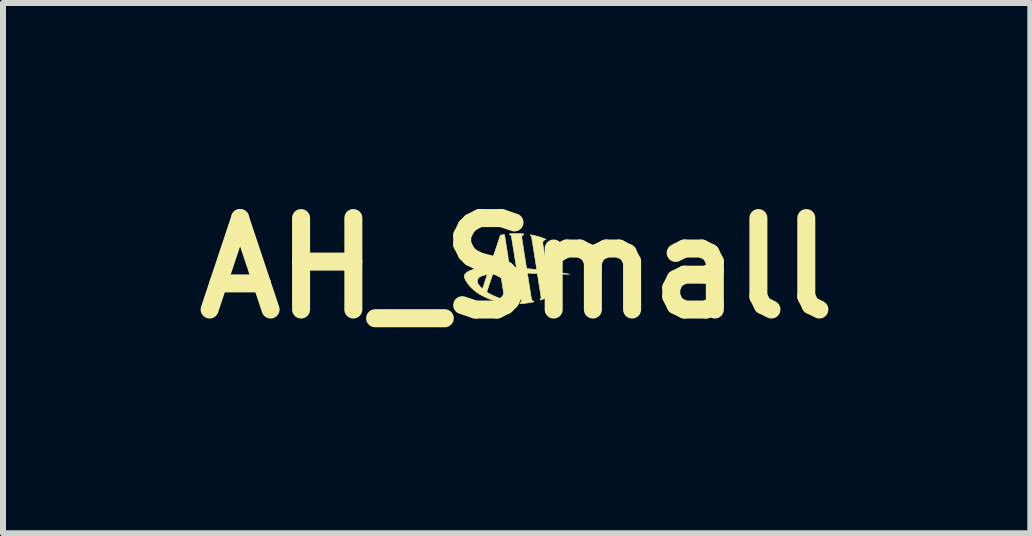
<source format=kicad_pcb>
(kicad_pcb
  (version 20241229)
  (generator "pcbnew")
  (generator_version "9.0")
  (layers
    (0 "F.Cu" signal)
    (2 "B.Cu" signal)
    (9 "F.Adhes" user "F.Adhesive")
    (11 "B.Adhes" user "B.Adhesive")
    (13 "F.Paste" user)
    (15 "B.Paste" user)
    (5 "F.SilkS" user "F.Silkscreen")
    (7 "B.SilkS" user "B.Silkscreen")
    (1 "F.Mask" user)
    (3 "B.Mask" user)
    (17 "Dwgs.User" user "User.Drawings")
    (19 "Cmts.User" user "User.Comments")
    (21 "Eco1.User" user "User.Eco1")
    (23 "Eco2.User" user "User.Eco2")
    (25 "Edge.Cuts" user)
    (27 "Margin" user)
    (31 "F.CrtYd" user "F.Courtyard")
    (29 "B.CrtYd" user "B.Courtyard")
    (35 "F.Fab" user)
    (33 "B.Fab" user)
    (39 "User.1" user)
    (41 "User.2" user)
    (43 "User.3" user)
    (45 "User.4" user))
  (footprint "AH_Small"
    (layer "F.Cu")
    (at 5.559 1.418)
    (property "Reference" "AH_Small" (at 0 0 0) (layer "F.SilkS") (effects (font (size 1.524 1.524) (thickness 0.3))))
    (attr through_hole)
    (fp_poly (pts (xy 0.013 -0.576) (xy 0.026 -0.576) (xy 0.038 -0.575) (xy 0.049 -0.575) (xy 0.058 -0.575) (xy 0.071 -0.574) (xy 0.082 -0.573) (xy 0.091 -0.573) (xy 0.098 -0.572) (xy 0.104 -0.572) (xy 0.109 -0.572) (xy 0.112 -0.571) (xy 0.115 -0.571) (xy 0.117 -0.571) (xy 0.118 -0.57) (xy 0.119 -0.57) (xy 0.119 -0.57) (xy 0.121 -0.568) (xy 0.12 -0.566) (xy 0.118 -0.563) (xy 0.117 -0.563) (xy 0.114 -0.561) (xy 0.111 -0.559) (xy 0.107 -0.556) (xy 0.105 -0.555) (xy 0.097 -0.548) (xy 0.092 -0.541) (xy 0.088 -0.532) (xy 0.086 -0.523) (xy 0.085 -0.514) (xy 0.085 -0.512) (xy 0.085 -0.509) (xy 0.086 -0.506) (xy 0.086 -0.501) (xy 0.087 -0.495) (xy 0.088 -0.488) (xy 0.089 -0.48) (xy 0.091 -0.47) (xy 0.093 -0.459) (xy 0.094 -0.446) (xy 0.097 -0.432) (xy 0.099 -0.417) (xy 0.102 -0.4) (xy 0.105 -0.381) (xy 0.108 -0.36) (xy 0.111 -0.338) (xy 0.115 -0.314) (xy 0.119 -0.288) (xy 0.123 -0.26) (xy 0.125 -0.249) (xy 0.129 -0.226) (xy 0.132 -0.204) (xy 0.136 -0.183) (xy 0.139 -0.162) (xy 0.142 -0.142) (xy 0.145 -0.123) (xy 0.148 -0.105) (xy 0.151 -0.088) (xy 0.153 -0.072) (xy 0.155 -0.057) (xy 0.158 -0.044) (xy 0.159 -0.032) (xy 0.161 -0.021) (xy 0.163 -0.012) (xy 0.164 -0.004) (xy 0.165 0.001) (xy 0.165 0.005) (xy 0.166 0.007) (xy 0.166 0.008) (xy 0.167 0.008) (xy 0.17 0.008) (xy 0.174 0.009) (xy 0.179 0.009) (xy 0.185 0.01) (xy 0.185 0.01) (xy 0.19 0.01) (xy 0.196 0.011) (xy 0.204 0.011) (xy 0.213 0.012) (xy 0.223 0.013) (xy 0.234 0.014) (xy 0.246 0.015) (xy 0.258 0.017) (xy 0.27 0.018) (xy 0.27 0.018) (xy 0.281 0.019) (xy 0.292 0.02) (xy 0.302 0.021) (xy 0.31 0.022) (xy 0.318 0.023) (xy 0.325 0.023) (xy 0.33 0.024) (xy 0.333 0.024) (xy 0.335 0.024) (xy 0.335 0.024) (xy 0.335 0.023) (xy 0.334 0.02) (xy 0.334 0.015) (xy 0.333 0.009) (xy 0.331 0.001) (xy 0.33 -0.009) (xy 0.328 -0.02) (xy 0.326 -0.032) (xy 0.324 -0.045) (xy 0.322 -0.06) (xy 0.319 -0.076) (xy 0.317 -0.092) (xy 0.314 -0.11) (xy 0.311 -0.128) (xy 0.308 -0.146) (xy 0.305 -0.165) (xy 0.302 -0.185) (xy 0.299 -0.205) (xy 0.296 -0.225) (xy 0.293 -0.245) (xy 0.289 -0.265) (xy 0.286 -0.286) (xy 0.283 -0.305) (xy 0.28 -0.325) (xy 0.277 -0.344) (xy 0.274 -0.363) (xy 0.271 -0.381) (xy 0.268 -0.399) (xy 0.265 -0.416) (xy 0.263 -0.432) (xy 0.26 -0.446) (xy 0.258 -0.46) (xy 0.256 -0.473) (xy 0.254 -0.484) (xy 0.253 -0.494) (xy 0.251 -0.503) (xy 0.25 -0.509) (xy 0.249 -0.515) (xy 0.249 -0.518) (xy 0.248 -0.52) (xy 0.248 -0.52) (xy 0.245 -0.529) (xy 0.24 -0.537) (xy 0.234 -0.544) (xy 0.234 -0.544) (xy 0.231 -0.548) (xy 0.229 -0.55) (xy 0.228 -0.552) (xy 0.228 -0.553) (xy 0.228 -0.553) (xy 0.229 -0.555) (xy 0.23 -0.556) (xy 0.232 -0.556) (xy 0.235 -0.555) (xy 0.24 -0.554) (xy 0.246 -0.553) (xy 0.252 -0.552) (xy 0.259 -0.55) (xy 0.266 -0.549) (xy 0.274 -0.547) (xy 0.28 -0.546) (xy 0.287 -0.545) (xy 0.292 -0.544) (xy 0.296 -0.543) (xy 0.298 -0.542) (xy 0.298 -0.542) (xy 0.301 -0.541) (xy 0.306 -0.54) (xy 0.311 -0.539) (xy 0.316 -0.538) (xy 0.321 -0.537) (xy 0.326 -0.535) (xy 0.331 -0.534) (xy 0.334 -0.533) (xy 0.338 -0.532) (xy 0.343 -0.531) (xy 0.348 -0.529) (xy 0.348 -0.529) (xy 0.352 -0.528) (xy 0.357 -0.527) (xy 0.363 -0.525) (xy 0.369 -0.523) (xy 0.377 -0.521) (xy 0.385 -0.519) (xy 0.393 -0.516) (xy 0.4 -0.514) (xy 0.407 -0.511) (xy 0.414 -0.509) (xy 0.419 -0.507) (xy 0.423 -0.506) (xy 0.425 -0.505) (xy 0.426 -0.505) (xy 0.428 -0.504) (xy 0.432 -0.502) (xy 0.437 -0.501) (xy 0.44 -0.5) (xy 0.445 -0.498) (xy 0.451 -0.496) (xy 0.457 -0.494) (xy 0.459 -0.493) (xy 0.463 -0.491) (xy 0.468 -0.489) (xy 0.472 -0.487) (xy 0.472 -0.487) (xy 0.477 -0.486) (xy 0.481 -0.484) (xy 0.483 -0.483) (xy 0.486 -0.481) (xy 0.487 -0.48) (xy 0.488 -0.478) (xy 0.487 -0.478) (xy 0.487 -0.476) (xy 0.486 -0.475) (xy 0.485 -0.475) (xy 0.482 -0.474) (xy 0.479 -0.473) (xy 0.469 -0.471) (xy 0.459 -0.466) (xy 0.452 -0.46) (xy 0.445 -0.452) (xy 0.441 -0.445) (xy 0.437 -0.437) (xy 0.435 -0.43) (xy 0.434 -0.422) (xy 0.435 -0.415) (xy 0.435 -0.413) (xy 0.435 -0.412) (xy 0.435 -0.408) (xy 0.436 -0.403) (xy 0.437 -0.396) (xy 0.439 -0.387) (xy 0.44 -0.377) (xy 0.442 -0.366) (xy 0.444 -0.353) (xy 0.446 -0.34) (xy 0.448 -0.325) (xy 0.451 -0.31) (xy 0.453 -0.293) (xy 0.456 -0.276) (xy 0.459 -0.259) (xy 0.461 -0.241) (xy 0.464 -0.223) (xy 0.467 -0.204) (xy 0.47 -0.186) (xy 0.473 -0.167) (xy 0.476 -0.148) (xy 0.479 -0.13) (xy 0.481 -0.112) (xy 0.484 -0.095) (xy 0.487 -0.078) (xy 0.489 -0.062) (xy 0.492 -0.046) (xy 0.494 -0.031) (xy 0.496 -0.018) (xy 0.498 -0.005) (xy 0.5 0.006) (xy 0.501 0.016) (xy 0.503 0.024) (xy 0.504 0.031) (xy 0.505 0.037) (xy 0.505 0.04) (xy 0.506 0.042) (xy 0.506 0.042) (xy 0.506 0.044) (xy 0.508 0.045) (xy 0.509 0.045) (xy 0.512 0.046) (xy 0.517 0.047) (xy 0.523 0.047) (xy 0.531 0.049) (xy 0.54 0.05) (xy 0.55 0.051) (xy 0.561 0.053) (xy 0.573 0.055) (xy 0.586 0.057) (xy 0.596 0.058) (xy 0.611 0.06) (xy 0.628 0.063) (xy 0.646 0.065) (xy 0.665 0.068) (xy 0.684 0.071) (xy 0.704 0.074) (xy 0.723 0.077) (xy 0.742 0.08) (xy 0.76 0.082) (xy 0.776 0.085) (xy 0.793 0.088) (xy 0.808 0.09) (xy 0.821 0.092) (xy 0.832 0.094) (xy 0.842 0.095) (xy 0.851 0.097) (xy 0.858 0.098) (xy 0.864 0.099) (xy 0.869 0.1) (xy 0.873 0.1) (xy 0.876 0.101) (xy 0.878 0.101) (xy 0.88 0.102) (xy 0.881 0.102) (xy 0.881 0.102) (xy 0.882 0.102) (xy 0.882 0.102) (xy 0.882 0.102) (xy 0.881 0.102) (xy 0.878 0.102) (xy 0.873 0.102) (xy 0.866 0.102) (xy 0.859 0.102) (xy 0.849 0.102) (xy 0.839 0.101) (xy 0.827 0.101) (xy 0.815 0.101) (xy 0.801 0.1) (xy 0.787 0.1) (xy 0.772 0.1) (xy 0.757 0.099) (xy 0.741 0.099) (xy 0.726 0.098) (xy 0.71 0.098) (xy 0.694 0.097) (xy 0.678 0.097) (xy 0.663 0.096) (xy 0.648 0.096) (xy 0.634 0.096) (xy 0.621 0.095) (xy 0.608 0.095) (xy 0.596 0.094) (xy 0.586 0.094) (xy 0.576 0.094) (xy 0.569 0.093) (xy 0.558 0.093) (xy 0.548 0.093) (xy 0.54 0.092) (xy 0.532 0.092) (xy 0.525 0.092) (xy 0.52 0.092) (xy 0.516 0.092) (xy 0.514 0.092) (xy 0.513 0.092) (xy 0.514 0.093) (xy 0.514 0.096) (xy 0.515 0.1) (xy 0.516 0.106) (xy 0.517 0.114) (xy 0.518 0.123) (xy 0.52 0.133) (xy 0.522 0.144) (xy 0.524 0.157) (xy 0.526 0.17) (xy 0.528 0.183) (xy 0.53 0.197) (xy 0.532 0.212) (xy 0.535 0.226) (xy 0.537 0.241) (xy 0.54 0.256) (xy 0.542 0.27) (xy 0.544 0.285) (xy 0.546 0.298) (xy 0.549 0.311) (xy 0.551 0.324) (xy 0.552 0.335) (xy 0.554 0.346) (xy 0.556 0.356) (xy 0.557 0.364) (xy 0.558 0.371) (xy 0.559 0.376) (xy 0.56 0.379) (xy 0.56 0.381) (xy 0.562 0.387) (xy 0.565 0.394) (xy 0.569 0.401) (xy 0.574 0.406) (xy 0.578 0.409) (xy 0.584 0.413) (xy 0.59 0.416) (xy 0.596 0.419) (xy 0.601 0.42) (xy 0.605 0.421) (xy 0.61 0.422) (xy 0.613 0.422) (xy 0.617 0.422) (xy 0.62 0.422) (xy 0.621 0.423) (xy 0.622 0.425) (xy 0.621 0.426) (xy 0.62 0.428) (xy 0.617 0.43) (xy 0.613 0.433) (xy 0.611 0.434) (xy 0.606 0.437) (xy 0.6 0.44) (xy 0.595 0.444) (xy 0.592 0.445) (xy 0.586 0.448) (xy 0.58 0.452) (xy 0.571 0.457) (xy 0.562 0.461) (xy 0.552 0.466) (xy 0.542 0.472) (xy 0.531 0.477) (xy 0.52 0.482) (xy 0.51 0.487) (xy 0.501 0.491) (xy 0.492 0.495) (xy 0.485 0.498) (xy 0.479 0.501) (xy 0.479 0.501) (xy 0.475 0.502) (xy 0.47 0.504) (xy 0.465 0.506) (xy 0.464 0.506) (xy 0.459 0.508) (xy 0.453 0.511) (xy 0.448 0.513) (xy 0.446 0.514) (xy 0.442 0.515) (xy 0.437 0.517) (xy 0.43 0.519) (xy 0.423 0.522) (xy 0.416 0.524) (xy 0.415 0.525) (xy 0.408 0.527) (xy 0.402 0.529) (xy 0.398 0.53) (xy 0.395 0.531) (xy 0.393 0.531) (xy 0.392 0.531) (xy 0.391 0.531) (xy 0.391 0.531) (xy 0.39 0.529) (xy 0.389 0.528) (xy 0.39 0.526) (xy 0.393 0.523) (xy 0.396 0.519) (xy 0.399 0.514) (xy 0.402 0.508) (xy 0.404 0.503) (xy 0.405 0.498) (xy 0.405 0.497) (xy 0.406 0.493) (xy 0.406 0.488) (xy 0.406 0.485) (xy 0.406 0.483) (xy 0.406 0.48) (xy 0.405 0.475) (xy 0.404 0.468) (xy 0.403 0.46) (xy 0.401 0.45) (xy 0.4 0.439) (xy 0.398 0.427) (xy 0.396 0.414) (xy 0.394 0.4) (xy 0.391 0.385) (xy 0.389 0.369) (xy 0.386 0.353) (xy 0.384 0.337) (xy 0.381 0.32) (xy 0.379 0.302) (xy 0.376 0.285) (xy 0.373 0.268) (xy 0.37 0.251) (xy 0.368 0.234) (xy 0.365 0.217) (xy 0.363 0.201) (xy 0.36 0.186) (xy 0.358 0.171) (xy 0.356 0.157) (xy 0.353 0.144) (xy 0.352 0.132) (xy 0.35 0.121) (xy 0.348 0.112) (xy 0.347 0.104) (xy 0.346 0.097) (xy 0.345 0.092) (xy 0.344 0.089) (xy 0.344 0.088) (xy 0.344 0.088) (xy 0.343 0.088) (xy 0.34 0.088) (xy 0.336 0.087) (xy 0.33 0.087) (xy 0.322 0.087) (xy 0.314 0.087) (xy 0.304 0.086) (xy 0.294 0.086) (xy 0.287 0.086) (xy 0.275 0.086) (xy 0.264 0.085) (xy 0.252 0.085) (xy 0.241 0.085) (xy 0.23 0.084) (xy 0.22 0.084) (xy 0.212 0.084) (xy 0.206 0.083) (xy 0.204 0.083) (xy 0.197 0.083) (xy 0.191 0.083) (xy 0.186 0.083) (xy 0.182 0.082) (xy 0.179 0.082) (xy 0.178 0.083) (xy 0.178 0.084) (xy 0.179 0.086) (xy 0.18 0.091) (xy 0.18 0.098) (xy 0.182 0.105) (xy 0.183 0.115) (xy 0.185 0.126) (xy 0.187 0.137) (xy 0.189 0.151) (xy 0.191 0.165) (xy 0.193 0.18) (xy 0.196 0.195) (xy 0.198 0.212) (xy 0.201 0.229) (xy 0.204 0.246) (xy 0.206 0.264) (xy 0.209 0.282) (xy 0.212 0.3) (xy 0.215 0.318) (xy 0.218 0.335) (xy 0.22 0.353) (xy 0.223 0.37) (xy 0.226 0.387) (xy 0.228 0.404) (xy 0.231 0.419) (xy 0.233 0.434) (xy 0.235 0.448) (xy 0.237 0.461) (xy 0.239 0.473) (xy 0.241 0.483) (xy 0.242 0.492) (xy 0.244 0.5) (xy 0.245 0.506) (xy 0.245 0.511) (xy 0.246 0.513) (xy 0.246 0.514) (xy 0.248 0.519) (xy 0.25 0.524) (xy 0.253 0.53) (xy 0.257 0.535) (xy 0.26 0.539) (xy 0.263 0.542) (xy 0.268 0.546) (xy 0.274 0.549) (xy 0.28 0.552) (xy 0.284 0.554) (xy 0.287 0.555) (xy 0.287 0.556) (xy 0.287 0.558) (xy 0.287 0.559) (xy 0.286 0.56) (xy 0.283 0.561) (xy 0.281 0.562) (xy 0.278 0.563) (xy 0.273 0.564) (xy 0.267 0.565) (xy 0.26 0.567) (xy 0.253 0.568) (xy 0.246 0.569) (xy 0.24 0.571) (xy 0.234 0.572) (xy 0.23 0.572) (xy 0.229 0.573) (xy 0.225 0.573) (xy 0.22 0.574) (xy 0.215 0.575) (xy 0.213 0.575) (xy 0.208 0.576) (xy 0.202 0.577) (xy 0.195 0.578) (xy 0.189 0.579) (xy 0.186 0.579) (xy 0.18 0.58) (xy 0.173 0.581) (xy 0.166 0.582) (xy 0.161 0.583) (xy 0.16 0.583) (xy 0.148 0.584) (xy 0.136 0.586) (xy 0.122 0.587) (xy 0.109 0.588) (xy 0.102 0.588) (xy 0.09 0.589) (xy 0.081 0.59) (xy 0.073 0.59) (xy 0.067 0.59) (xy 0.063 0.591) (xy 0.059 0.591) (xy 0.056 0.591) (xy 0.054 0.591) (xy 0.053 0.591) (xy 0.053 0.59) (xy 0.052 0.59) (xy 0.052 0.59) (xy 0.051 0.588) (xy 0.051 0.586) (xy 0.054 0.583) (xy 0.055 0.582) (xy 0.062 0.577) (xy 0.068 0.57) (xy 0.073 0.561) (xy 0.077 0.551) (xy 0.079 0.545) (xy 0.079 0.541) (xy 0.08 0.538) (xy 0.08 0.535) (xy 0.08 0.531) (xy 0.079 0.526) (xy 0.079 0.526) (xy 0.078 0.521) (xy 0.077 0.515) (xy 0.076 0.507) (xy 0.074 0.497) (xy 0.073 0.486) (xy 0.071 0.474) (xy 0.069 0.461) (xy 0.067 0.447) (xy 0.064 0.432) (xy 0.062 0.416) (xy 0.059 0.4) (xy 0.057 0.383) (xy 0.054 0.365) (xy 0.051 0.347) (xy 0.048 0.329) (xy 0.045 0.31) (xy 0.042 0.292) (xy 0.04 0.274) (xy 0.037 0.255) (xy 0.034 0.238) (xy 0.031 0.22) (xy 0.028 0.203) (xy 0.026 0.187) (xy 0.023 0.171) (xy 0.021 0.157) (xy 0.019 0.143) (xy 0.017 0.13) (xy 0.015 0.118) (xy 0.013 0.108) (xy 0.012 0.099) (xy 0.011 0.092) (xy 0.01 0.086) (xy 0.009 0.082) (xy 0.009 0.08) (xy 0.009 0.079) (xy 0.008 0.079) (xy 0.005 0.079) (xy 0.000001 0.079) (xy -0.006 0.079) (xy -0.013 0.079) (xy -0.022 0.079) (xy -0.031 0.079) (xy -0.041 0.078) (xy -0.047 0.078) (xy -0.102 0.078) (xy -0.101 0.081) (xy -0.101 0.082) (xy -0.1 0.085) (xy -0.1 0.09) (xy -0.099 0.097) (xy -0.097 0.105) (xy -0.096 0.115) (xy -0.094 0.127) (xy -0.092 0.14) (xy -0.09 0.154) (xy -0.087 0.169) (xy -0.085 0.185) (xy -0.082 0.203) (xy -0.079 0.221) (xy -0.076 0.241) (xy -0.073 0.26) (xy -0.07 0.281) (xy -0.066 0.302) (xy -0.064 0.318) (xy -0.06 0.344) (xy -0.056 0.368) (xy -0.053 0.39) (xy -0.05 0.41) (xy -0.047 0.429) (xy -0.044 0.446) (xy -0.042 0.461) (xy -0.039 0.476) (xy -0.037 0.488) (xy -0.035 0.5) (xy -0.034 0.51) (xy -0.032 0.519) (xy -0.031 0.527) (xy -0.03 0.534) (xy -0.028 0.54) (xy -0.027 0.545) (xy -0.026 0.549) (xy -0.026 0.553) (xy -0.025 0.556) (xy -0.024 0.559) (xy -0.023 0.561) (xy -0.022 0.563) (xy -0.022 0.564) (xy -0.021 0.566) (xy -0.02 0.567) (xy -0.019 0.568) (xy -0.018 0.569) (xy -0.017 0.57) (xy -0.016 0.571) (xy -0.016 0.572) (xy -0.011 0.577) (xy -0.006 0.581) (xy -0.004 0.583) (xy 0.000041 0.585) (xy 0.002 0.586) (xy 0.003 0.588) (xy 0.003 0.589) (xy 0.002 0.59) (xy 0.002 0.591) (xy 0.001 0.592) (xy -0.001 0.592) (xy -0.003 0.592) (xy -0.006 0.592) (xy -0.011 0.592) (xy -0.017 0.592) (xy -0.019 0.592) (xy -0.027 0.592) (xy -0.036 0.592) (xy -0.045 0.592) (xy -0.054 0.591) (xy -0.058 0.591) (xy -0.069 0.591) (xy -0.08 0.59) (xy -0.092 0.589) (xy -0.103 0.589) (xy -0.115 0.588) (xy -0.125 0.587) (xy -0.135 0.586) (xy -0.144 0.585) (xy -0.151 0.584) (xy -0.157 0.584) (xy -0.16 0.583) (xy -0.163 0.583) (xy -0.168 0.582) (xy -0.173 0.581) (xy -0.176 0.581) (xy -0.181 0.581) (xy -0.186 0.58) (xy -0.191 0.579) (xy -0.193 0.579) (xy -0.197 0.578) (xy -0.201 0.578) (xy -0.204 0.578) (xy -0.207 0.577) (xy -0.212 0.576) (xy -0.217 0.575) (xy -0.223 0.574) (xy -0.225 0.574) (xy -0.231 0.573) (xy -0.237 0.572) (xy -0.241 0.571) (xy -0.245 0.571) (xy -0.246 0.571) (xy -0.253 0.569) (xy -0.261 0.568) (xy -0.269 0.566) (xy -0.275 0.565) (xy -0.279 0.564) (xy -0.284 0.563) (xy -0.29 0.562) (xy -0.295 0.56) (xy -0.296 0.56) (xy -0.302 0.559) (xy -0.309 0.557) (xy -0.316 0.556) (xy -0.324 0.554) (xy -0.327 0.553) (xy -0.334 0.551) (xy -0.341 0.549) (xy -0.349 0.547) (xy -0.356 0.545) (xy -0.358 0.545) (xy -0.363 0.543) (xy -0.37 0.541) (xy -0.377 0.539) (xy -0.385 0.537) (xy -0.393 0.534) (xy -0.401 0.532) (xy -0.409 0.529) (xy -0.415 0.527) (xy -0.42 0.526) (xy -0.421 0.525) (xy -0.43 0.522) (xy -0.438 0.519) (xy -0.446 0.516) (xy -0.453 0.514) (xy -0.459 0.512) (xy -0.463 0.51) (xy -0.464 0.51) (xy -0.468 0.508) (xy -0.473 0.506) (xy -0.478 0.504) (xy -0.483 0.502) (xy -0.483 0.502) (xy -0.489 0.499) (xy -0.494 0.497) (xy -0.499 0.495) (xy -0.502 0.494) (xy -0.502 0.494) (xy -0.505 0.493) (xy -0.509 0.491) (xy -0.514 0.489) (xy -0.52 0.486) (xy -0.527 0.482) (xy -0.535 0.478) (xy -0.543 0.474) (xy -0.551 0.47) (xy -0.56 0.466) (xy -0.567 0.462) (xy -0.574 0.459) (xy -0.58 0.455) (xy -0.585 0.453) (xy -0.589 0.451) (xy -0.591 0.45) (xy -0.594 0.447) (xy -0.599 0.445) (xy -0.604 0.442) (xy -0.606 0.441) (xy -0.61 0.438) (xy -0.615 0.435) (xy -0.621 0.432) (xy -0.627 0.428) (xy -0.632 0.424) (xy -0.638 0.421) (xy -0.643 0.417) (xy -0.647 0.414) (xy -0.651 0.412) (xy -0.653 0.411) (xy -0.653 0.411) (xy -0.656 0.409) (xy -0.66 0.407) (xy -0.665 0.404) (xy -0.669 0.4) (xy -0.671 0.399) (xy -0.499 0.399) (xy -0.498 0.399) (xy -0.495 0.401) (xy -0.492 0.403) (xy -0.487 0.406) (xy -0.481 0.409) (xy -0.475 0.413) (xy -0.473 0.414) (xy -0.455 0.425) (xy -0.435 0.435) (xy -0.414 0.446) (xy -0.393 0.456) (xy -0.371 0.466) (xy -0.355 0.473) (xy -0.346 0.477) (xy -0.336 0.481) (xy -0.325 0.485) (xy -0.314 0.49) (xy -0.303 0.494) (xy -0.291 0.498) (xy -0.28 0.503) (xy -0.269 0.507) (xy -0.258 0.511) (xy -0.248 0.515) (xy -0.239 0.518) (xy -0.23 0.521) (xy -0.222 0.524) (xy -0.216 0.526) (xy -0.211 0.527) (xy -0.207 0.528) (xy -0.205 0.529) (xy -0.205 0.528) (xy -0.205 0.527) (xy -0.204 0.524) (xy -0.204 0.521) (xy -0.203 0.52) (xy -0.203 0.515) (xy -0.203 0.511) (xy -0.203 0.507) (xy -0.204 0.501) (xy -0.204 0.501) (xy -0.204 0.497) (xy -0.205 0.491) (xy -0.206 0.484) (xy -0.208 0.476) (xy -0.209 0.466) (xy -0.211 0.454) (xy -0.213 0.442) (xy -0.215 0.428) (xy -0.217 0.414) (xy -0.22 0.399) (xy -0.222 0.383) (xy -0.225 0.366) (xy -0.228 0.349) (xy -0.23 0.332) (xy -0.233 0.314) (xy -0.236 0.296) (xy -0.239 0.278) (xy -0.242 0.261) (xy -0.244 0.243) (xy -0.247 0.226) (xy -0.25 0.209) (xy -0.252 0.193) (xy -0.255 0.177) (xy -0.257 0.162) (xy -0.26 0.148) (xy -0.262 0.135) (xy -0.264 0.124) (xy -0.265 0.113) (xy -0.267 0.104) (xy -0.268 0.096) (xy -0.269 0.089) (xy -0.27 0.085) (xy -0.27 0.082) (xy -0.27 0.081) (xy -0.272 0.081) (xy -0.274 0.081) (xy -0.279 0.081) (xy -0.285 0.081) (xy -0.292 0.082) (xy -0.301 0.082) (xy -0.31 0.083) (xy -0.319 0.083) (xy -0.321 0.083) (xy -0.337 0.084) (xy -0.352 0.085) (xy -0.364 0.086) (xy -0.374 0.087) (xy -0.382 0.088) (xy -0.389 0.089) (xy -0.393 0.089) (xy -0.395 0.09) (xy -0.395 0.09) (xy -0.396 0.091) (xy -0.397 0.094) (xy -0.398 0.099) (xy -0.4 0.105) (xy -0.403 0.112) (xy -0.406 0.121) (xy -0.409 0.131) (xy -0.413 0.142) (xy -0.417 0.154) (xy -0.421 0.166) (xy -0.426 0.18) (xy -0.43 0.194) (xy -0.435 0.208) (xy -0.44 0.223) (xy -0.445 0.238) (xy -0.45 0.253) (xy -0.455 0.268) (xy -0.46 0.282) (xy -0.465 0.297) (xy -0.469 0.31) (xy -0.474 0.324) (xy -0.478 0.336) (xy -0.482 0.348) (xy -0.486 0.359) (xy -0.489 0.369) (xy -0.492 0.378) (xy -0.494 0.385) (xy -0.496 0.391) (xy -0.498 0.395) (xy -0.498 0.398) (xy -0.499 0.399) (xy -0.671 0.399) (xy -0.674 0.397) (xy -0.677 0.394) (xy -0.679 0.392) (xy -0.681 0.39) (xy -0.685 0.387) (xy -0.689 0.384) (xy -0.694 0.38) (xy -0.696 0.379) (xy -0.701 0.375) (xy -0.706 0.372) (xy -0.71 0.368) (xy -0.713 0.366) (xy -0.714 0.365) (xy -0.717 0.362) (xy -0.72 0.359) (xy -0.725 0.355) (xy -0.729 0.351) (xy -0.738 0.343) (xy -0.749 0.333) (xy -0.759 0.323) (xy -0.77 0.312) (xy -0.78 0.301) (xy -0.789 0.29) (xy -0.797 0.28) (xy -0.799 0.277) (xy -0.802 0.273) (xy -0.806 0.268) (xy -0.81 0.263) (xy -0.813 0.259) (xy -0.817 0.255) (xy -0.82 0.25) (xy -0.823 0.245) (xy -0.825 0.242) (xy -0.831 0.234) (xy -0.835 0.227) (xy -0.839 0.221) (xy -0.84 0.218) (xy -0.654 0.218) (xy -0.653 0.231) (xy -0.649 0.244) (xy -0.644 0.258) (xy -0.637 0.271) (xy -0.629 0.282) (xy -0.617 0.298) (xy -0.604 0.313) (xy -0.599 0.318) (xy -0.595 0.322) (xy -0.591 0.326) (xy -0.586 0.33) (xy -0.582 0.334) (xy -0.578 0.337) (xy -0.574 0.341) (xy -0.571 0.343) (xy -0.569 0.344) (xy -0.569 0.344) (xy -0.569 0.343) (xy -0.568 0.341) (xy -0.566 0.336) (xy -0.564 0.33) (xy -0.562 0.323) (xy -0.559 0.314) (xy -0.555 0.304) (xy -0.551 0.293) (xy -0.547 0.28) (xy -0.543 0.267) (xy -0.538 0.253) (xy -0.534 0.239) (xy -0.529 0.224) (xy -0.524 0.209) (xy -0.519 0.195) (xy -0.515 0.181) (xy -0.51 0.168) (xy -0.507 0.156) (xy -0.503 0.144) (xy -0.5 0.134) (xy -0.497 0.126) (xy -0.494 0.118) (xy -0.493 0.112) (xy -0.491 0.108) (xy -0.49 0.105) (xy -0.49 0.104) (xy -0.491 0.104) (xy -0.494 0.104) (xy -0.499 0.105) (xy -0.504 0.107) (xy -0.511 0.109) (xy -0.518 0.111) (xy -0.526 0.113) (xy -0.533 0.115) (xy -0.541 0.117) (xy -0.549 0.12) (xy -0.556 0.122) (xy -0.557 0.122) (xy -0.573 0.127) (xy -0.587 0.133) (xy -0.6 0.138) (xy -0.611 0.144) (xy -0.615 0.146) (xy -0.62 0.149) (xy -0.624 0.152) (xy -0.628 0.155) (xy -0.632 0.16) (xy -0.64 0.17) (xy -0.647 0.182) (xy -0.651 0.194) (xy -0.654 0.206) (xy -0.654 0.218) (xy -0.84 0.218) (xy -0.842 0.217) (xy -0.844 0.212) (xy -0.846 0.209) (xy -0.848 0.205) (xy -0.85 0.202) (xy -0.853 0.195) (xy -0.857 0.188) (xy -0.86 0.18) (xy -0.864 0.172) (xy -0.867 0.164) (xy -0.869 0.158) (xy -0.87 0.154) (xy -0.871 0.149) (xy -0.872 0.143) (xy -0.872 0.137) (xy -0.872 0.134) (xy -0.872 0.121) (xy -0.868 0.112) (xy -0.863 0.105) (xy -0.857 0.097) (xy -0.849 0.088) (xy -0.84 0.08) (xy -0.83 0.071) (xy -0.818 0.063) (xy -0.809 0.057) (xy -0.796 0.05) (xy -0.781 0.043) (xy -0.765 0.036) (xy -0.747 0.03) (xy -0.728 0.024) (xy -0.707 0.018) (xy -0.686 0.013) (xy -0.664 0.008) (xy -0.641 0.004) (xy -0.625 0.002) (xy -0.6 -0.002) (xy -0.572 -0.005) (xy -0.545 -0.008) (xy -0.517 -0.01) (xy -0.49 -0.012) (xy -0.487 -0.012) (xy -0.478 -0.013) (xy -0.471 -0.013) (xy -0.464 -0.014) (xy -0.458 -0.014) (xy -0.454 -0.014) (xy -0.451 -0.015) (xy -0.45 -0.015) (xy -0.45 -0.016) (xy -0.45 -0.016) (xy -0.36 -0.016) (xy -0.359 -0.016) (xy -0.357 -0.016) (xy -0.353 -0.016) (xy -0.347 -0.015) (xy -0.34 -0.015) (xy -0.332 -0.015) (xy -0.324 -0.015) (xy -0.323 -0.015) (xy -0.313 -0.015) (xy -0.305 -0.015) (xy -0.298 -0.015) (xy -0.294 -0.015) (xy -0.29 -0.016) (xy -0.287 -0.016) (xy -0.286 -0.016) (xy -0.285 -0.016) (xy -0.285 -0.017) (xy -0.285 -0.017) (xy -0.285 -0.018) (xy -0.285 -0.021) (xy -0.286 -0.026) (xy -0.287 -0.033) (xy -0.289 -0.04) (xy -0.29 -0.049) (xy -0.292 -0.059) (xy -0.293 -0.07) (xy -0.295 -0.081) (xy -0.297 -0.094) (xy -0.297 -0.094) (xy -0.299 -0.106) (xy -0.301 -0.117) (xy -0.303 -0.128) (xy -0.304 -0.138) (xy -0.306 -0.146) (xy -0.307 -0.154) (xy -0.308 -0.16) (xy -0.309 -0.164) (xy -0.31 -0.167) (xy -0.31 -0.168) (xy -0.31 -0.168) (xy -0.31 -0.167) (xy -0.311 -0.164) (xy -0.313 -0.159) (xy -0.315 -0.154) (xy -0.317 -0.146) (xy -0.32 -0.138) (xy -0.323 -0.128) (xy -0.327 -0.118) (xy -0.33 -0.107) (xy -0.334 -0.095) (xy -0.335 -0.092) (xy -0.339 -0.08) (xy -0.343 -0.069) (xy -0.346 -0.058) (xy -0.35 -0.048) (xy -0.352 -0.04) (xy -0.355 -0.032) (xy -0.357 -0.026) (xy -0.359 -0.021) (xy -0.36 -0.018) (xy -0.36 -0.016) (xy -0.36 -0.016) (xy -0.45 -0.016) (xy -0.449 -0.019) (xy -0.447 -0.023) (xy -0.445 -0.03) (xy -0.442 -0.038) (xy -0.439 -0.047) (xy -0.435 -0.058) (xy -0.431 -0.071) (xy -0.427 -0.084) (xy -0.422 -0.099) (xy -0.416 -0.115) (xy -0.411 -0.132) (xy -0.405 -0.15) (xy -0.398 -0.169) (xy -0.392 -0.189) (xy -0.385 -0.21) (xy -0.378 -0.231) (xy -0.37 -0.253) (xy -0.363 -0.275) (xy -0.361 -0.281) (xy -0.353 -0.304) (xy -0.346 -0.326) (xy -0.339 -0.347) (xy -0.332 -0.368) (xy -0.325 -0.388) (xy -0.319 -0.407) (xy -0.313 -0.426) (xy -0.307 -0.443) (xy -0.301 -0.46) (xy -0.296 -0.475) (xy -0.292 -0.489) (xy -0.287 -0.502) (xy -0.283 -0.513) (xy -0.28 -0.523) (xy -0.277 -0.531) (xy -0.275 -0.538) (xy -0.273 -0.543) (xy -0.272 -0.547) (xy -0.272 -0.548) (xy -0.271 -0.548) (xy -0.27 -0.549) (xy -0.267 -0.55) (xy -0.263 -0.551) (xy -0.257 -0.552) (xy -0.251 -0.553) (xy -0.244 -0.555) (xy -0.237 -0.556) (xy -0.23 -0.557) (xy -0.224 -0.558) (xy -0.218 -0.559) (xy -0.213 -0.56) (xy -0.209 -0.56) (xy -0.209 -0.56) (xy -0.205 -0.56) (xy -0.203 -0.56) (xy -0.202 -0.559) (xy -0.202 -0.559) (xy -0.202 -0.558) (xy -0.202 -0.555) (xy -0.201 -0.55) (xy -0.2 -0.543) (xy -0.199 -0.535) (xy -0.197 -0.525) (xy -0.195 -0.513) (xy -0.193 -0.501) (xy -0.191 -0.486) (xy -0.189 -0.471) (xy -0.186 -0.454) (xy -0.183 -0.436) (xy -0.18 -0.418) (xy -0.177 -0.398) (xy -0.174 -0.377) (xy -0.17 -0.356) (xy -0.167 -0.334) (xy -0.163 -0.311) (xy -0.16 -0.288) (xy -0.159 -0.284) (xy -0.155 -0.261) (xy -0.152 -0.238) (xy -0.148 -0.216) (xy -0.145 -0.195) (xy -0.142 -0.174) (xy -0.139 -0.154) (xy -0.136 -0.135) (xy -0.133 -0.117) (xy -0.13 -0.1) (xy -0.128 -0.085) (xy -0.125 -0.07) (xy -0.123 -0.057) (xy -0.121 -0.046) (xy -0.12 -0.036) (xy -0.118 -0.027) (xy -0.117 -0.02) (xy -0.116 -0.015) (xy -0.116 -0.012) (xy -0.116 -0.011) (xy -0.116 -0.011) (xy -0.115 -0.011) (xy -0.112 -0.01) (xy -0.107 -0.01) (xy -0.102 -0.01) (xy -0.096 -0.009) (xy -0.09 -0.009) (xy -0.082 -0.009) (xy -0.073 -0.008) (xy -0.063 -0.008) (xy -0.052 -0.007) (xy -0.042 -0.007) (xy -0.035 -0.006) (xy -0.027 -0.006) (xy -0.021 -0.005) (xy -0.015 -0.005) (xy -0.01 -0.005) (xy -0.006 -0.004) (xy -0.005 -0.004) (xy -0.004 -0.004) (xy -0.005 -0.005) (xy -0.005 -0.008) (xy -0.006 -0.013) (xy -0.007 -0.02) (xy -0.008 -0.028) (xy -0.01 -0.038) (xy -0.011 -0.049) (xy -0.013 -0.062) (xy -0.016 -0.076) (xy -0.018 -0.091) (xy -0.021 -0.108) (xy -0.023 -0.125) (xy -0.026 -0.144) (xy -0.029 -0.163) (xy -0.033 -0.184) (xy -0.036 -0.205) (xy -0.039 -0.227) (xy -0.043 -0.249) (xy -0.046 -0.267) (xy -0.05 -0.294) (xy -0.054 -0.319) (xy -0.058 -0.342) (xy -0.061 -0.364) (xy -0.064 -0.384) (xy -0.067 -0.402) (xy -0.07 -0.419) (xy -0.072 -0.434) (xy -0.075 -0.448) (xy -0.077 -0.46) (xy -0.078 -0.471) (xy -0.08 -0.481) (xy -0.082 -0.49) (xy -0.083 -0.498) (xy -0.084 -0.505) (xy -0.085 -0.51) (xy -0.086 -0.515) (xy -0.087 -0.52) (xy -0.087 -0.523) (xy -0.088 -0.526) (xy -0.088 -0.529) (xy -0.089 -0.531) (xy -0.089 -0.532) (xy -0.09 -0.533) (xy -0.09 -0.534) (xy -0.09 -0.535) (xy -0.09 -0.535) (xy -0.095 -0.544) (xy -0.1 -0.55) (xy -0.106 -0.556) (xy -0.113 -0.561) (xy -0.117 -0.563) (xy -0.12 -0.565) (xy -0.122 -0.567) (xy -0.121 -0.569) (xy -0.121 -0.569) (xy -0.119 -0.57) (xy -0.115 -0.571) (xy -0.11 -0.572) (xy -0.103 -0.573) (xy -0.094 -0.573) (xy -0.085 -0.574) (xy -0.074 -0.574) (xy -0.063 -0.575) (xy -0.051 -0.575) (xy -0.039 -0.575) (xy -0.026 -0.576) (xy -0.013 -0.576) (xy 0.000473 -0.576) (xy 0.013 -0.576)) (stroke (width 0.01) (type solid)) (fill yes) (layer "F.SilkS")))
  (gr_rect
    (start -3 -3)
    (end 14.118 5.836)
    (stroke (width 0.1) (type default))
    (fill no)
    (layer "Edge.Cuts")))
</source>
